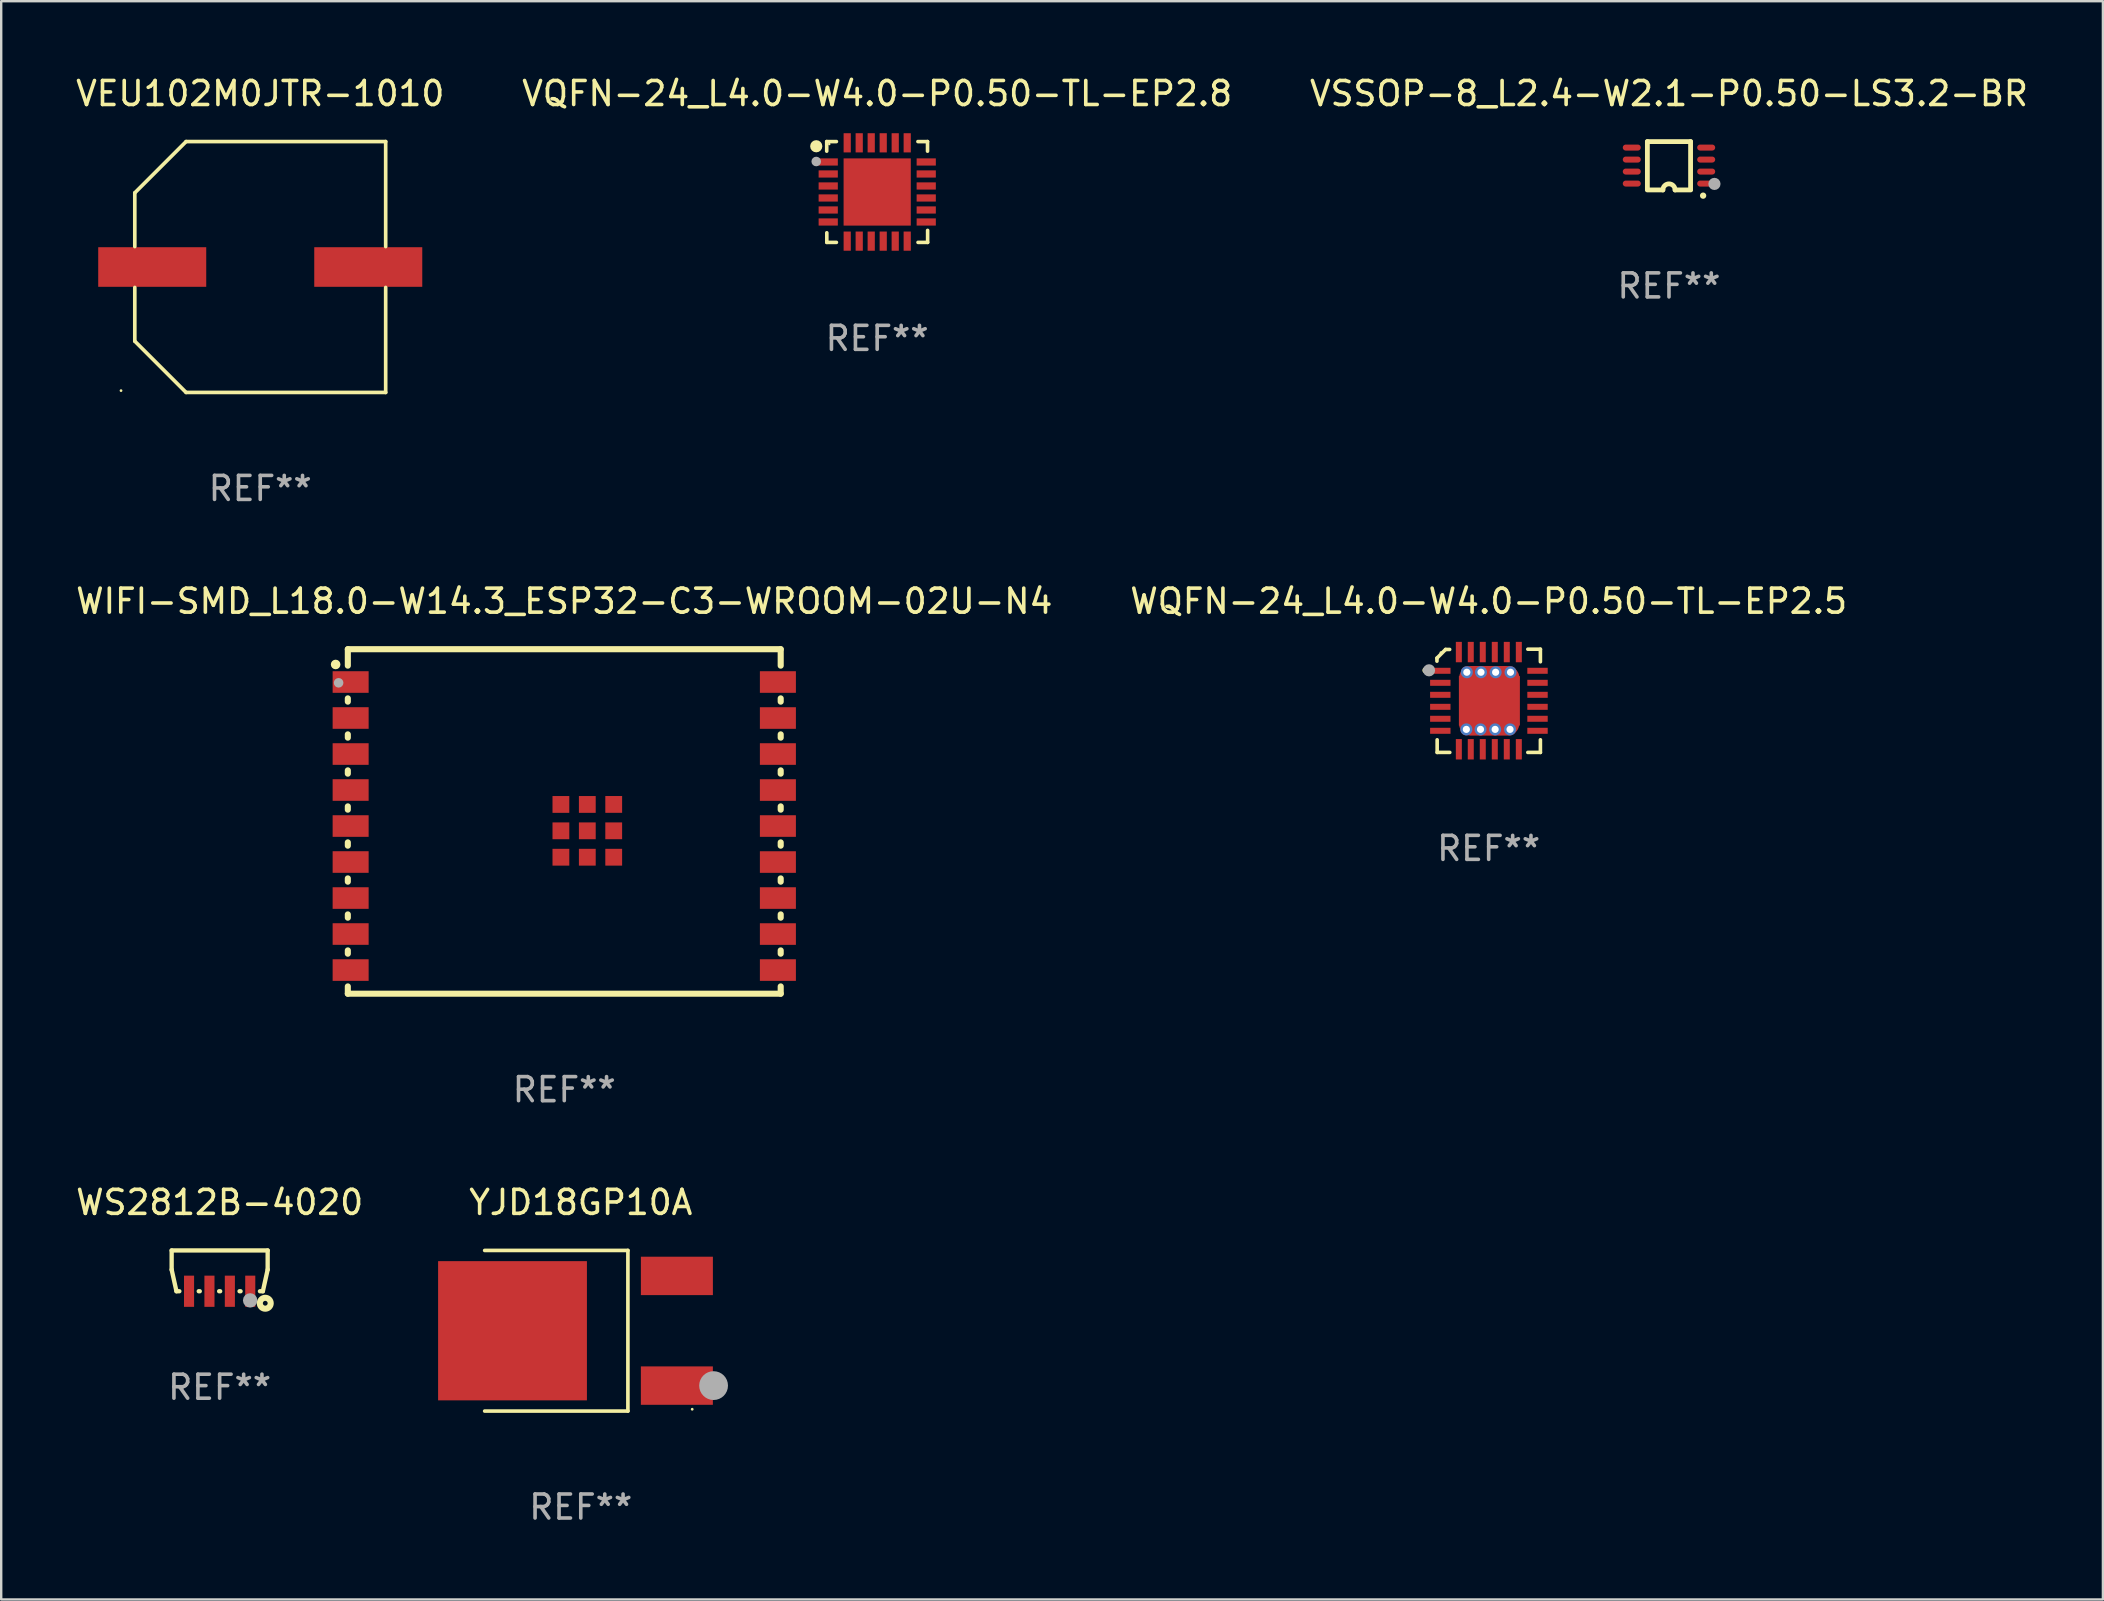
<source format=kicad_pcb>
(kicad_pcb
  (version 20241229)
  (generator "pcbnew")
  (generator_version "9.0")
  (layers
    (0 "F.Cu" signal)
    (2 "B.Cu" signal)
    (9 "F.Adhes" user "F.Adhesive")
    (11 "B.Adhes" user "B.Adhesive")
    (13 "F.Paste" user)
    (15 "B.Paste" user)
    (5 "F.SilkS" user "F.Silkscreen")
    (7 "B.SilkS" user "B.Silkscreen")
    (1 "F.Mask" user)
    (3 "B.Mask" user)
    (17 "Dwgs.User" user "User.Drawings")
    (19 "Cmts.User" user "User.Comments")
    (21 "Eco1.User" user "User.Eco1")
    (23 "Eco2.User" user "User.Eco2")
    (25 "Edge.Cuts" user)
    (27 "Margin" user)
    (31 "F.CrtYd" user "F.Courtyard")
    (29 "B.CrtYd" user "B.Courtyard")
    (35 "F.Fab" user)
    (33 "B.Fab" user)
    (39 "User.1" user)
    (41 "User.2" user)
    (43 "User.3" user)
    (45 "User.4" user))
  (footprint "WS2812B-4020"
    (layer "F.Cu")
    (at 6.101 49.895)
    (property "Reference" "WS2812B-4020" (at 0 -2.85 0) (layer "F.SilkS") (effects (font (size 1 1) (thickness 0.15))))
    (attr through_hole)
    (fp_line (start -2 -0.85) (end 2 -0.85) (stroke (width 0.18) (type solid)) (layer "F.SilkS"))
    (fp_line (start -2 -0.05) (end -2 -0.85) (stroke (width 0.18) (type solid)) (layer "F.SilkS"))
    (fp_line (start -1.8 0.85) (end -2 -0.05) (stroke (width 0.18) (type solid)) (layer "F.SilkS"))
    (fp_line (start -1.679 0.85) (end -1.8 0.85) (stroke (width 0.18) (type solid)) (layer "F.SilkS"))
    (fp_line (start -0.829 0.85) (end -0.871 0.85) (stroke (width 0.18) (type solid)) (layer "F.SilkS"))
    (fp_line (start 0.021 0.85) (end -0.021 0.85) (stroke (width 0.18) (type solid)) (layer "F.SilkS"))
    (fp_line (start 0.871 0.85) (end 0.829 0.85) (stroke (width 0.18) (type solid)) (layer "F.SilkS"))
    (fp_line (start 1.8 0.85) (end 1.679 0.85) (stroke (width 0.18) (type solid)) (layer "F.SilkS"))
    (fp_line (start 2 -0.85) (end 2 -0.05) (stroke (width 0.18) (type solid)) (layer "F.SilkS"))
    (fp_line (start 2 -0.05) (end 1.8 0.85) (stroke (width 0.18) (type solid)) (layer "F.SilkS"))
    (fp_circle (center 1.9 1.35) (end 2 1.35) (stroke (width 0.254) (type solid)) (fill no) (layer "F.SilkS"))
    (fp_circle (center 1.99 -0.828) (end 2.02 -0.828) (stroke (width 0.06) (type solid)) (fill no) (layer "F.SilkS"))
    (fp_circle (center 1.27 1.231) (end 1.42 1.231) (stroke (width 0.3) (type solid)) (fill no) (layer "F.Fab"))
    (fp_text user "REF**" (at 0 4.85 0) (layer "F.Fab") (effects (font (size 1 1) (thickness 0.15))))
    (pad "1" smd rect (at 1.275 0.85) (size 0.42 1.3) (layers "F.Cu" "F.Mask" "F.Paste"))
    (pad "2" smd rect (at 0.425 0.85 180) (size 0.42 1.3) (layers "F.Cu" "F.Mask" "F.Paste"))
    (pad "3" smd rect (at -0.425 0.85 180) (size 0.42 1.3) (layers "F.Cu" "F.Mask" "F.Paste"))
    (pad "4" smd rect (at -1.275 0.85 180) (size 0.42 1.3) (layers "F.Cu" "F.Mask" "F.Paste")))
  (footprint "YJD18GP10A"
    (layer "F.Cu")
    (at 21.146 52.391)
    (property "Reference" "YJD18GP10A" (at 0 -5.346 0) (layer "F.SilkS") (effects (font (size 1 1) (thickness 0.15))))
    (attr through_hole)
    (fp_line (start -4.004 -3.346) (end 1.963 -3.346) (stroke (width 0.152) (type solid)) (layer "F.SilkS"))
    (fp_line (start -4.004 3.346) (end 1.963 3.346) (stroke (width 0.152) (type solid)) (layer "F.SilkS"))
    (fp_line (start 1.963 3.346) (end 1.963 -3.346) (stroke (width 0.152) (type solid)) (layer "F.SilkS"))
    (fp_circle (center 4.642 3.27) (end 4.672 3.27) (stroke (width 0.06) (type solid)) (fill no) (layer "F.SilkS"))
    (fp_circle (center 5.533 2.285) (end 5.833 2.285) (stroke (width 0.6) (type solid)) (fill no) (layer "F.Fab"))
    (fp_text user "REF**" (at 0 7.346 0) (layer "F.Fab") (effects (font (size 1 1) (thickness 0.15))))
    (pad "1" smd rect (at 4.003 2.285) (size 3 1.6) (layers "F.Cu" "F.Mask" "F.Paste"))
    (pad "2" smd rect (at -2.844 -0.000076) (size 6.2 5.8) (layers "F.Cu" "F.Mask" "F.Paste"))
    (pad "3" smd rect (at 4.004 -2.285) (size 3 1.6) (layers "F.Cu" "F.Mask" "F.Paste")))
  (footprint "VSSOP-8_L2.4-W2.1-P0.50-LS3.2-BR"
    (layer "F.Cu")
    (at 66.482 3.856)
    (property "Reference" "VSSOP-8_L2.4-W2.1-P0.50-LS3.2-BR" (at 0 -3.008 0) (layer "F.SilkS") (effects (font (size 1 1) (thickness 0.15))))
    (attr through_hole)
    (fp_line (start -0.9 -1.008) (end -0.9 0.992) (stroke (width 0.2) (type solid)) (layer "F.SilkS"))
    (fp_line (start -0.254 1.008) (end -0.9 1.008) (stroke (width 0.2) (type solid)) (layer "F.SilkS"))
    (fp_line (start 0.254 1.008) (end 0.9 1.008) (stroke (width 0.2) (type solid)) (layer "F.SilkS"))
    (fp_line (start 0.9 -1.008) (end -0.9 -1.008) (stroke (width 0.2) (type solid)) (layer "F.SilkS"))
    (fp_line (start 0.9 0.992) (end 0.9 -1.008) (stroke (width 0.2) (type solid)) (layer "F.SilkS"))
    (fp_arc (start -0.254128 1.007976) (mid -0.000127 0.753975) (end 0.253874 1.007976) (stroke (width 0.2) (type solid)) (layer "F.SilkS"))
    (fp_circle (center 1.422 1.245) (end 1.524 1.245) (stroke (width 0.06) (type solid)) (fill yes) (layer "F.SilkS"))
    (fp_circle (center 1.894 0.756) (end 2.021 0.756) (stroke (width 0.254) (type solid)) (fill no) (layer "F.Fab"))
    (fp_text user "REF**" (at 0 5.008 0) (layer "F.Fab") (effects (font (size 1 1) (thickness 0.15))))
    (pad "1" smd oval (at 1.55 0.742) (size 0.75 0.25) (layers "F.Cu" "F.Mask" "F.Paste"))
    (pad "2" smd oval (at 1.55 0.242) (size 0.75 0.25) (layers "F.Cu" "F.Mask" "F.Paste"))
    (pad "3" smd oval (at 1.55 -0.258) (size 0.75 0.25) (layers "F.Cu" "F.Mask" "F.Paste"))
    (pad "4" smd oval (at 1.55 -0.758) (size 0.75 0.25) (layers "F.Cu" "F.Mask" "F.Paste"))
    (pad "5" smd oval (at -1.55 -0.758) (size 0.75 0.25) (layers "F.Cu" "F.Mask" "F.Paste"))
    (pad "6" smd oval (at -1.55 -0.258) (size 0.75 0.25) (layers "F.Cu" "F.Mask" "F.Paste"))
    (pad "7" smd oval (at -1.55 0.242) (size 0.75 0.25) (layers "F.Cu" "F.Mask" "F.Paste"))
    (pad "8" smd oval (at -1.55 0.742) (size 0.75 0.25) (layers "F.Cu" "F.Mask" "F.Paste")))
  (footprint "WQFN-24_L4.0-W4.0-P0.50-TL-EP2.5"
    (layer "F.Cu")
    (at 58.97 26.147)
    (property "Reference" "WQFN-24_L4.0-W4.0-P0.50-TL-EP2.5" (at 0 -4.15 0) (layer "F.SilkS") (effects (font (size 1 1) (thickness 0.15))))
    (attr through_hole)
    (fp_line (start -0.735 0.95) (end 0.775 0.95) (stroke (width 1) (type solid)) (layer "F.Cu"))
    (fp_line (start -0.73 -0.95) (end 0.78 -0.95) (stroke (width 1) (type solid)) (layer "F.Cu"))
    (fp_line (start -2.155 -1.779) (end -2.155 -1.652) (stroke (width 0.15) (type solid)) (layer "F.SilkS"))
    (fp_line (start -2.146 2.15) (end -2.146 1.624) (stroke (width 0.15) (type solid)) (layer "F.SilkS"))
    (fp_line (start -1.795 -2.14) (end -2.155 -1.779) (stroke (width 0.15) (type solid)) (layer "F.SilkS"))
    (fp_line (start -1.625 -2.14) (end -1.795 -2.14) (stroke (width 0.15) (type solid)) (layer "F.SilkS"))
    (fp_line (start -1.62 2.15) (end -2.146 2.15) (stroke (width 0.15) (type solid)) (layer "F.SilkS"))
    (fp_line (start 1.631 -2.15) (end 2.155 -2.15) (stroke (width 0.15) (type solid)) (layer "F.SilkS"))
    (fp_line (start 1.631 2.15) (end 2.155 2.15) (stroke (width 0.15) (type solid)) (layer "F.SilkS"))
    (fp_line (start 2.155 -2.15) (end 2.155 -1.627) (stroke (width 0.15) (type solid)) (layer "F.SilkS"))
    (fp_line (start 2.155 2.15) (end 2.155 1.624) (stroke (width 0.15) (type solid)) (layer "F.SilkS"))
    (fp_circle (center -2.637 -1.271) (end -2.561 -1.271) (stroke (width 0.1) (type solid)) (fill no) (layer "F.SilkS"))
    (fp_circle (center -1.99 -2.006) (end -1.96 -2.006) (stroke (width 0.06) (type solid)) (fill no) (layer "F.SilkS"))
    (fp_circle (center -2.485 -1.271) (end -2.358 -1.271) (stroke (width 0.254) (type solid)) (fill no) (layer "F.Fab"))
    (fp_text user "REF**" (at 0 6.15 0) (layer "F.Fab") (effects (font (size 1 1) (thickness 0.15))))
    (pad "1" smd rect (at -2.015 -1.251) (size 0.85 0.25) (layers "F.Cu" "F.Mask" "F.Paste"))
    (pad "2" smd rect (at -2.015 -0.75) (size 0.85 0.25) (layers "F.Cu" "F.Mask" "F.Paste"))
    (pad "3" smd rect (at -2.015 -0.25) (size 0.85 0.25) (layers "F.Cu" "F.Mask" "F.Paste"))
    (pad "4" smd rect (at -2.015 0.25) (size 0.85 0.25) (layers "F.Cu" "F.Mask" "F.Paste"))
    (pad "5" smd rect (at -2.015 0.748) (size 0.85 0.25) (layers "F.Cu" "F.Mask" "F.Paste"))
    (pad "6" smd rect (at -2.015 1.249) (size 0.85 0.25) (layers "F.Cu" "F.Mask" "F.Paste"))
    (pad "7" smd rect (at -1.243 2.019 90) (size 0.85 0.25) (layers "F.Cu" "F.Mask" "F.Paste"))
    (pad "8" smd rect (at -0.746 2.019 90) (size 0.85 0.25) (layers "F.Cu" "F.Mask" "F.Paste"))
    (pad "9" smd rect (at -0.246 2.019 90) (size 0.85 0.25) (layers "F.Cu" "F.Mask" "F.Paste"))
    (pad "10" smd rect (at 0.255 2.019 90) (size 0.85 0.25) (layers "F.Cu" "F.Mask" "F.Paste"))
    (pad "11" smd rect (at 0.755 2.019 90) (size 0.85 0.25) (layers "F.Cu" "F.Mask" "F.Paste"))
    (pad "12" smd rect (at 1.256 2.019 90) (size 0.85 0.25) (layers "F.Cu" "F.Mask" "F.Paste"))
    (pad "13" smd rect (at 2.035 1.249) (size 0.85 0.25) (layers "F.Cu" "F.Mask" "F.Paste"))
    (pad "14" smd rect (at 2.035 0.748) (size 0.85 0.25) (layers "F.Cu" "F.Mask" "F.Paste"))
    (pad "15" smd rect (at 2.035 0.25) (size 0.85 0.25) (layers "F.Cu" "F.Mask" "F.Paste"))
    (pad "16" smd rect (at 2.035 -0.25) (size 0.85 0.25) (layers "F.Cu" "F.Mask" "F.Paste"))
    (pad "17" smd rect (at 2.035 -0.75) (size 0.85 0.25) (layers "F.Cu" "F.Mask" "F.Paste"))
    (pad "18" smd rect (at 2.035 -1.251) (size 0.85 0.25) (layers "F.Cu" "F.Mask" "F.Paste"))
    (pad "19" smd rect (at 1.256 -2.031 90) (size 0.85 0.25) (layers "F.Cu" "F.Mask" "F.Paste"))
    (pad "20" smd rect (at 0.755 -2.031 90) (size 0.85 0.25) (layers "F.Cu" "F.Mask" "F.Paste"))
    (pad "21" smd rect (at 0.255 -2.031 90) (size 0.85 0.25) (layers "F.Cu" "F.Mask" "F.Paste"))
    (pad "22" smd rect (at -0.246 -2.031 90) (size 0.85 0.25) (layers "F.Cu" "F.Mask" "F.Paste"))
    (pad "23" smd rect (at -0.746 -2.031 90) (size 0.85 0.25) (layers "F.Cu" "F.Mask" "F.Paste"))
    (pad "24" smd rect (at -1.243 -2.031 90) (size 0.85 0.25) (layers "F.Cu" "F.Mask" "F.Paste"))
    (pad "25" thru_hole circle (at -0.93 1.19) (size 0.5 0.5) (drill 0.3) (layers "*.Cu"))
    (pad "25" thru_hole circle (at -0.91 -1.19) (size 0.5 0.5) (drill 0.3) (layers "*.Cu"))
    (pad "25" thru_hole circle (at -0.34 1.19) (size 0.5 0.5) (drill 0.3) (layers "*.Cu"))
    (pad "25" thru_hole circle (at -0.32 -1.19) (size 0.5 0.5) (drill 0.3) (layers "*.Cu"))
    (pad "25" smd rect (at 0.03 0 180) (size 2.541 2.06) (layers "F.Cu" "F.Mask" "F.Paste"))
    (pad "25" thru_hole circle (at 0.27 1.19) (size 0.5 0.5) (drill 0.3) (layers "*.Cu"))
    (pad "25" thru_hole circle (at 0.29 -1.19) (size 0.5 0.5) (drill 0.3) (layers "*.Cu"))
    (pad "25" thru_hole circle (at 0.91 -1.19) (size 0.5 0.5) (drill 0.3) (layers "*.Cu"))
    (pad "e" thru_hole circle (at 0.89 1.19) (size 0.5 0.5) (drill 0.3) (layers "*.Cu")))
  (footprint "WIFI-SMD_L18.0-W14.3_ESP32-C3-WROOM-02U-N4"
    (layer "F.Cu")
    (at 20.458 31.173)
    (property "Reference" "WIFI-SMD_L18.0-W14.3_ESP32-C3-WROOM-02U-N4" (at 0 -9.176 0) (layer "F.SilkS") (effects (font (size 1 1) (thickness 0.15))))
    (attr through_hole)
    (fp_line (start -9.017 -7.176) (end 9.017 -7.176) (stroke (width 0.254) (type solid)) (layer "F.SilkS"))
    (fp_line (start -9.017 -6.491) (end -9.017 -7.176) (stroke (width 0.254) (type solid)) (layer "F.SilkS"))
    (fp_line (start -9.017 -5.128) (end -9.017 -4.991) (stroke (width 0.254) (type solid)) (layer "F.SilkS"))
    (fp_line (start -9.017 -3.628) (end -9.017 -3.491) (stroke (width 0.254) (type solid)) (layer "F.SilkS"))
    (fp_line (start -9.017 -2.128) (end -9.017 -1.991) (stroke (width 0.254) (type solid)) (layer "F.SilkS"))
    (fp_line (start -9.017 -0.628) (end -9.017 -0.491) (stroke (width 0.254) (type solid)) (layer "F.SilkS"))
    (fp_line (start -9.017 0.872) (end -9.017 1.009) (stroke (width 0.254) (type solid)) (layer "F.SilkS"))
    (fp_line (start -9.017 2.372) (end -9.017 2.509) (stroke (width 0.254) (type solid)) (layer "F.SilkS"))
    (fp_line (start -9.017 3.872) (end -9.017 4.009) (stroke (width 0.254) (type solid)) (layer "F.SilkS"))
    (fp_line (start -9.017 5.372) (end -9.017 5.509) (stroke (width 0.254) (type solid)) (layer "F.SilkS"))
    (fp_line (start -9.017 6.872) (end -9.017 7.176) (stroke (width 0.254) (type solid)) (layer "F.SilkS"))
    (fp_line (start -9.017 7.176) (end 9.017 7.176) (stroke (width 0.254) (type solid)) (layer "F.SilkS"))
    (fp_line (start 9.017 -7.176) (end 9.017 -6.491) (stroke (width 0.254) (type solid)) (layer "F.SilkS"))
    (fp_line (start 9.017 -4.991) (end 9.017 -5.128) (stroke (width 0.254) (type solid)) (layer "F.SilkS"))
    (fp_line (start 9.017 -3.491) (end 9.017 -3.628) (stroke (width 0.254) (type solid)) (layer "F.SilkS"))
    (fp_line (start 9.017 -1.991) (end 9.017 -2.128) (stroke (width 0.254) (type solid)) (layer "F.SilkS"))
    (fp_line (start 9.017 -0.491) (end 9.017 -0.628) (stroke (width 0.254) (type solid)) (layer "F.SilkS"))
    (fp_line (start 9.017 1.009) (end 9.017 0.872) (stroke (width 0.254) (type solid)) (layer "F.SilkS"))
    (fp_line (start 9.017 2.509) (end 9.017 2.372) (stroke (width 0.254) (type solid)) (layer "F.SilkS"))
    (fp_line (start 9.017 4.009) (end 9.017 3.872) (stroke (width 0.254) (type solid)) (layer "F.SilkS"))
    (fp_line (start 9.017 5.509) (end 9.017 5.372) (stroke (width 0.254) (type solid)) (layer "F.SilkS"))
    (fp_line (start 9.017 7.176) (end 9.017 6.872) (stroke (width 0.254) (type solid)) (layer "F.SilkS"))
    (fp_circle (center -9.525 -6.54) (end -9.425 -6.54) (stroke (width 0.2) (type solid)) (fill no) (layer "F.SilkS"))
    (fp_circle (center -9 -7.21) (end -8.97 -7.21) (stroke (width 0.06) (type solid)) (fill no) (layer "F.SilkS"))
    (fp_circle (center -9.401 -5.776) (end -9.301 -5.776) (stroke (width 0.2) (type solid)) (fill no) (layer "F.Fab"))
    (fp_text user "REF**" (at 0 11.176 0) (layer "F.Fab") (effects (font (size 1 1) (thickness 0.15))))
    (pad "1" smd rect (at -8.9 -5.809 90) (size 0.9 1.5) (layers "F.Cu" "F.Mask" "F.Paste"))
    (pad "2" smd rect (at -8.9 -4.31 90) (size 0.9 1.5) (layers "F.Cu" "F.Mask" "F.Paste"))
    (pad "3" smd rect (at -8.9 -2.809 90) (size 0.9 1.5) (layers "F.Cu" "F.Mask" "F.Paste"))
    (pad "4" smd rect (at -8.9 -1.31 90) (size 0.9 1.5) (layers "F.Cu" "F.Mask" "F.Paste"))
    (pad "5" smd rect (at -8.9 0.191 90) (size 0.9 1.5) (layers "F.Cu" "F.Mask" "F.Paste"))
    (pad "6" smd rect (at -8.9 1.69 90) (size 0.9 1.5) (layers "F.Cu" "F.Mask" "F.Paste"))
    (pad "7" smd rect (at -8.9 3.191 90) (size 0.9 1.5) (layers "F.Cu" "F.Mask" "F.Paste"))
    (pad "8" smd rect (at -8.9 4.69 90) (size 0.9 1.5) (layers "F.Cu" "F.Mask" "F.Paste"))
    (pad "9" smd rect (at -8.9 6.191 90) (size 0.9 1.5) (layers "F.Cu" "F.Mask" "F.Paste"))
    (pad "10" smd rect (at 8.9 6.191 90) (size 0.9 1.5) (layers "F.Cu" "F.Mask" "F.Paste"))
    (pad "11" smd rect (at 8.9 4.691 90) (size 0.9 1.5) (layers "F.Cu" "F.Mask" "F.Paste"))
    (pad "12" smd rect (at 8.9 3.191 90) (size 0.9 1.5) (layers "F.Cu" "F.Mask" "F.Paste"))
    (pad "13" smd rect (at 8.9 1.691 90) (size 0.9 1.5) (layers "F.Cu" "F.Mask" "F.Paste"))
    (pad "14" smd rect (at 8.9 0.191 90) (size 0.9 1.5) (layers "F.Cu" "F.Mask" "F.Paste"))
    (pad "15" smd rect (at 8.9 -1.309 90) (size 0.9 1.5) (layers "F.Cu" "F.Mask" "F.Paste"))
    (pad "16" smd rect (at 8.9 -2.809 90) (size 0.9 1.5) (layers "F.Cu" "F.Mask" "F.Paste"))
    (pad "17" smd rect (at 8.9 -4.309 90) (size 0.9 1.5) (layers "F.Cu" "F.Mask" "F.Paste"))
    (pad "18" smd rect (at 8.9 -5.809 90) (size 0.9 1.5) (layers "F.Cu" "F.Mask" "F.Paste"))
    (pad "19" smd rect (at 2.06 -0.71 90) (size 0.7 0.7) (layers "F.Cu" "F.Mask" "F.Paste"))
    (pad "20" smd rect (at 0.96 -0.709 90) (size 0.7 0.7) (layers "F.Cu" "F.Mask" "F.Paste"))
    (pad "21" smd rect (at -0.14 -0.709 90) (size 0.7 0.7) (layers "F.Cu" "F.Mask" "F.Paste"))
    (pad "22" smd rect (at -0.14 0.39 90) (size 0.7 0.7) (layers "F.Cu" "F.Mask" "F.Paste"))
    (pad "23" smd rect (at 0.96 0.39 90) (size 0.7 0.7) (layers "F.Cu" "F.Mask" "F.Paste"))
    (pad "24" smd rect (at 2.06 0.39 90) (size 0.7 0.7) (layers "F.Cu" "F.Mask" "F.Paste"))
    (pad "25" smd rect (at 2.06 1.49 90) (size 0.7 0.7) (layers "F.Cu" "F.Mask" "F.Paste"))
    (pad "26" smd rect (at 0.96 1.49 90) (size 0.7 0.7) (layers "F.Cu" "F.Mask" "F.Paste"))
    (pad "27" smd rect (at -0.14 1.49 90) (size 0.7 0.7) (layers "F.Cu" "F.Mask" "F.Paste")))
  (footprint "VEU102M0JTR-1010"
    (layer "F.Cu")
    (at 7.792 8.074)
    (property "Reference" "VEU102M0JTR-1010" (at 0 -7.226 0) (layer "F.SilkS") (effects (font (size 1 1) (thickness 0.15))))
    (attr through_hole)
    (fp_line (start -5.226 -3.09) (end -5.226 -0.852) (stroke (width 0.152) (type solid)) (layer "F.SilkS"))
    (fp_line (start -5.226 3.09) (end -5.226 0.852) (stroke (width 0.152) (type solid)) (layer "F.SilkS"))
    (fp_line (start -3.09 -5.226) (end -5.226 -3.09) (stroke (width 0.152) (type solid)) (layer "F.SilkS"))
    (fp_line (start -3.09 5.226) (end -5.226 3.09) (stroke (width 0.152) (type solid)) (layer "F.SilkS"))
    (fp_line (start 5.226 -5.226) (end -3.09 -5.226) (stroke (width 0.152) (type solid)) (layer "F.SilkS"))
    (fp_line (start 5.226 -0.852) (end 5.226 -5.226) (stroke (width 0.152) (type solid)) (layer "F.SilkS"))
    (fp_line (start 5.226 0.852) (end 5.226 5.226) (stroke (width 0.152) (type solid)) (layer "F.SilkS"))
    (fp_line (start 5.226 5.226) (end -3.09 5.226) (stroke (width 0.152) (type solid)) (layer "F.SilkS"))
    (fp_circle (center -5.8 5.15) (end -5.77 5.15) (stroke (width 0.06) (type solid)) (fill no) (layer "F.SilkS"))
    (fp_text user "REF**" (at 0 9.226 0) (layer "F.Fab") (effects (font (size 1 1) (thickness 0.15))))
    (pad "1" smd rect (at -4.5 0) (size 4.5 1.65) (layers "F.Cu" "F.Mask" "F.Paste"))
    (pad "2" smd rect (at 4.5 0) (size 4.5 1.65) (layers "F.Cu" "F.Mask" "F.Paste")))
  (footprint "VQFN-24_L4.0-W4.0-P0.50-TL-EP2.8"
    (layer "F.Cu")
    (at 33.494 4.948)
    (property "Reference" "VQFN-24_L4.0-W4.0-P0.50-TL-EP2.8" (at 0 -4.1 0) (layer "F.SilkS") (effects (font (size 1 1) (thickness 0.15))))
    (attr through_hole)
    (fp_line (start -2.102 -2.1) (end -1.698 -2.1) (stroke (width 0.15) (type solid)) (layer "F.SilkS"))
    (fp_line (start -2.102 -1.7) (end -2.102 -2.1) (stroke (width 0.15) (type solid)) (layer "F.SilkS"))
    (fp_line (start -2.098 1.7) (end -2.098 2.1) (stroke (width 0.15) (type solid)) (layer "F.SilkS"))
    (fp_line (start -2.098 2.1) (end -1.698 2.1) (stroke (width 0.15) (type solid)) (layer "F.SilkS"))
    (fp_line (start 1.698 -2.1) (end 2.098 -2.1) (stroke (width 0.15) (type solid)) (layer "F.SilkS"))
    (fp_line (start 2.098 -2.1) (end 2.098 -1.7) (stroke (width 0.15) (type solid)) (layer "F.SilkS"))
    (fp_line (start 2.102 1.6) (end 2.102 2.1) (stroke (width 0.15) (type solid)) (layer "F.SilkS"))
    (fp_line (start 2.102 2.1) (end 1.702 2.1) (stroke (width 0.15) (type solid)) (layer "F.SilkS"))
    (fp_circle (center -2.538 -1.905) (end -2.411 -1.905) (stroke (width 0.254) (type solid)) (fill no) (layer "F.SilkS"))
    (fp_circle (center -1.995 -1.996) (end -1.968 -1.996) (stroke (width 0.05) (type solid)) (fill no) (layer "F.SilkS"))
    (fp_circle (center -2.538 -1.27) (end -2.438 -1.27) (stroke (width 0.2) (type solid)) (fill no) (layer "F.Fab"))
    (fp_text user "REF**" (at 0 6.1 0) (layer "F.Fab") (effects (font (size 1 1) (thickness 0.15))))
    (pad "1" smd rect (at -2.039 -1.25) (size 0.8 0.3) (layers "F.Cu" "F.Mask" "F.Paste"))
    (pad "2" smd rect (at -2.039 -0.75) (size 0.8 0.3) (layers "F.Cu" "F.Mask" "F.Paste"))
    (pad "3" smd rect (at -2.039 -0.25) (size 0.8 0.3) (layers "F.Cu" "F.Mask" "F.Paste"))
    (pad "4" smd rect (at -2.039 0.25) (size 0.8 0.3) (layers "F.Cu" "F.Mask" "F.Paste"))
    (pad "5" smd rect (at -2.039 0.75) (size 0.8 0.3) (layers "F.Cu" "F.Mask" "F.Paste"))
    (pad "6" smd rect (at -2.039 1.25) (size 0.8 0.3) (layers "F.Cu" "F.Mask" "F.Paste"))
    (pad "7" smd rect (at -1.248 2.048) (size 0.3 0.8) (layers "F.Cu" "F.Mask" "F.Paste"))
    (pad "8" smd rect (at -0.748 2.048) (size 0.3 0.8) (layers "F.Cu" "F.Mask" "F.Paste"))
    (pad "9" smd rect (at -0.248 2.048) (size 0.3 0.8) (layers "F.Cu" "F.Mask" "F.Paste"))
    (pad "10" smd rect (at 0.252 2.048) (size 0.3 0.8) (layers "F.Cu" "F.Mask" "F.Paste"))
    (pad "11" smd rect (at 0.752 2.048) (size 0.3 0.8) (layers "F.Cu" "F.Mask" "F.Paste"))
    (pad "12" smd rect (at 1.252 2.048) (size 0.3 0.8) (layers "F.Cu" "F.Mask" "F.Paste"))
    (pad "13" smd rect (at 2.044 1.25) (size 0.8 0.3) (layers "F.Cu" "F.Mask" "F.Paste"))
    (pad "14" smd rect (at 2.044 0.75) (size 0.8 0.3) (layers "F.Cu" "F.Mask" "F.Paste"))
    (pad "15" smd rect (at 2.044 0.25) (size 0.8 0.3) (layers "F.Cu" "F.Mask" "F.Paste"))
    (pad "16" smd rect (at 2.044 -0.25) (size 0.8 0.3) (layers "F.Cu" "F.Mask" "F.Paste"))
    (pad "17" smd rect (at 2.044 -0.75) (size 0.8 0.3) (layers "F.Cu" "F.Mask" "F.Paste"))
    (pad "18" smd rect (at 2.044 -1.25) (size 0.8 0.3) (layers "F.Cu" "F.Mask" "F.Paste"))
    (pad "19" smd rect (at 1.252 -2.048) (size 0.3 0.8) (layers "F.Cu" "F.Mask" "F.Paste"))
    (pad "20" smd rect (at 0.752 -2.048) (size 0.3 0.8) (layers "F.Cu" "F.Mask" "F.Paste"))
    (pad "21" smd rect (at 0.252 -2.048) (size 0.3 0.8) (layers "F.Cu" "F.Mask" "F.Paste"))
    (pad "22" smd rect (at -0.248 -2.048) (size 0.3 0.8) (layers "F.Cu" "F.Mask" "F.Paste"))
    (pad "23" smd rect (at -0.748 -2.048) (size 0.3 0.8) (layers "F.Cu" "F.Mask" "F.Paste"))
    (pad "24" smd rect (at -1.248 -2.048) (size 0.3 0.8) (layers "F.Cu" "F.Mask" "F.Paste"))
    (pad "25" smd rect (at 0.001 0.001) (size 2.8 2.8) (layers "F.Cu" "F.Mask" "F.Paste")))
  (gr_rect
    (start -3 -3)
    (end 84.56 63.586)
    (stroke (width 0.1) (type default))
    (fill no)
    (layer "Edge.Cuts")))
</source>
